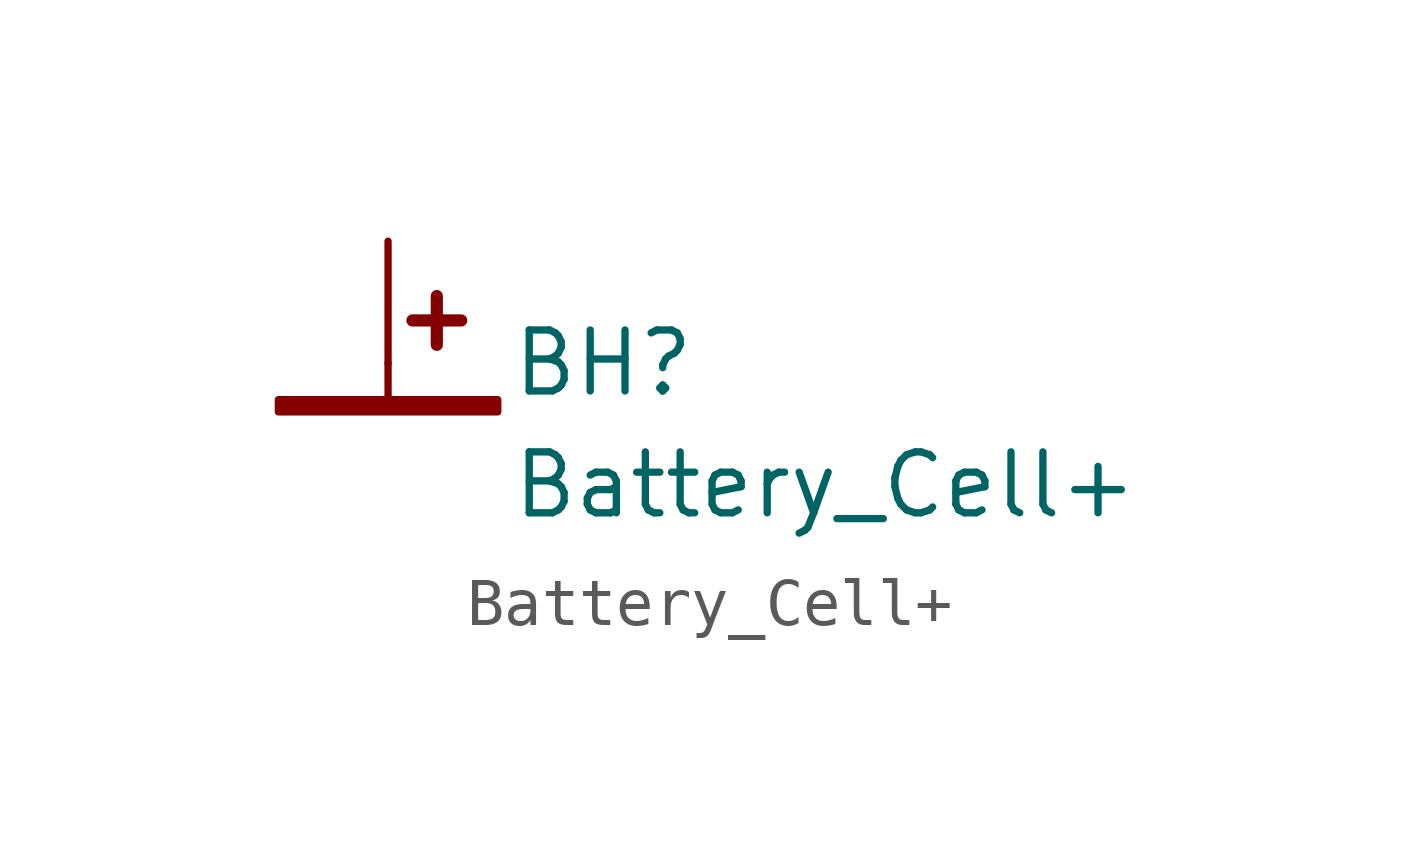
<source format=kicad_sym>
(kicad_symbol_lib
  (version 20211014)
  (generator kicad_symbol_editor)
  (symbol "Battery_Cell+"
    (pin_numbers hide)
    (pin_names
      (offset 0) hide)
    (property "Reference" "BH"
      (at 2.54 2.54 0)
      (effects (font (size 1.27 1.27)) (justify left)))
    (property "Value" "Battery_Cell+"
      (at 2.54 0 0)
      (effects (font (size 1.27 1.27)) (justify left)))
    (symbol "Battery_Cell+_0_1"
      (rectangle (start -2.286 1.778) (end 2.286 1.524) (stroke (width 0) (type default) (color 0 0 0 0)) (fill (type outline)))
      (polyline (pts (xy 0 1.778) (xy 0 2.54)) (stroke (width 0) (type default) (color 0 0 0 0)) (fill (type none)))
      (polyline (pts (xy 0.508 3.429) (xy 1.524 3.429)) (stroke (width 0.254) (type default) (color 0 0 0 0)) (fill (type none)))
      (polyline (pts (xy 1.016 3.937) (xy 1.016 2.921)) (stroke (width 0.254) (type default) (color 0 0 0 0)) (fill (type none))))
    (symbol "Battery_Cell+_1_1"
      (pin passive line (at 0 5.08 270) (length 2.54) (name "+" (effects (font (size 1.27 1.27)))) (number "1" (effects (font (size 1.27 1.27))))))))
</source>
